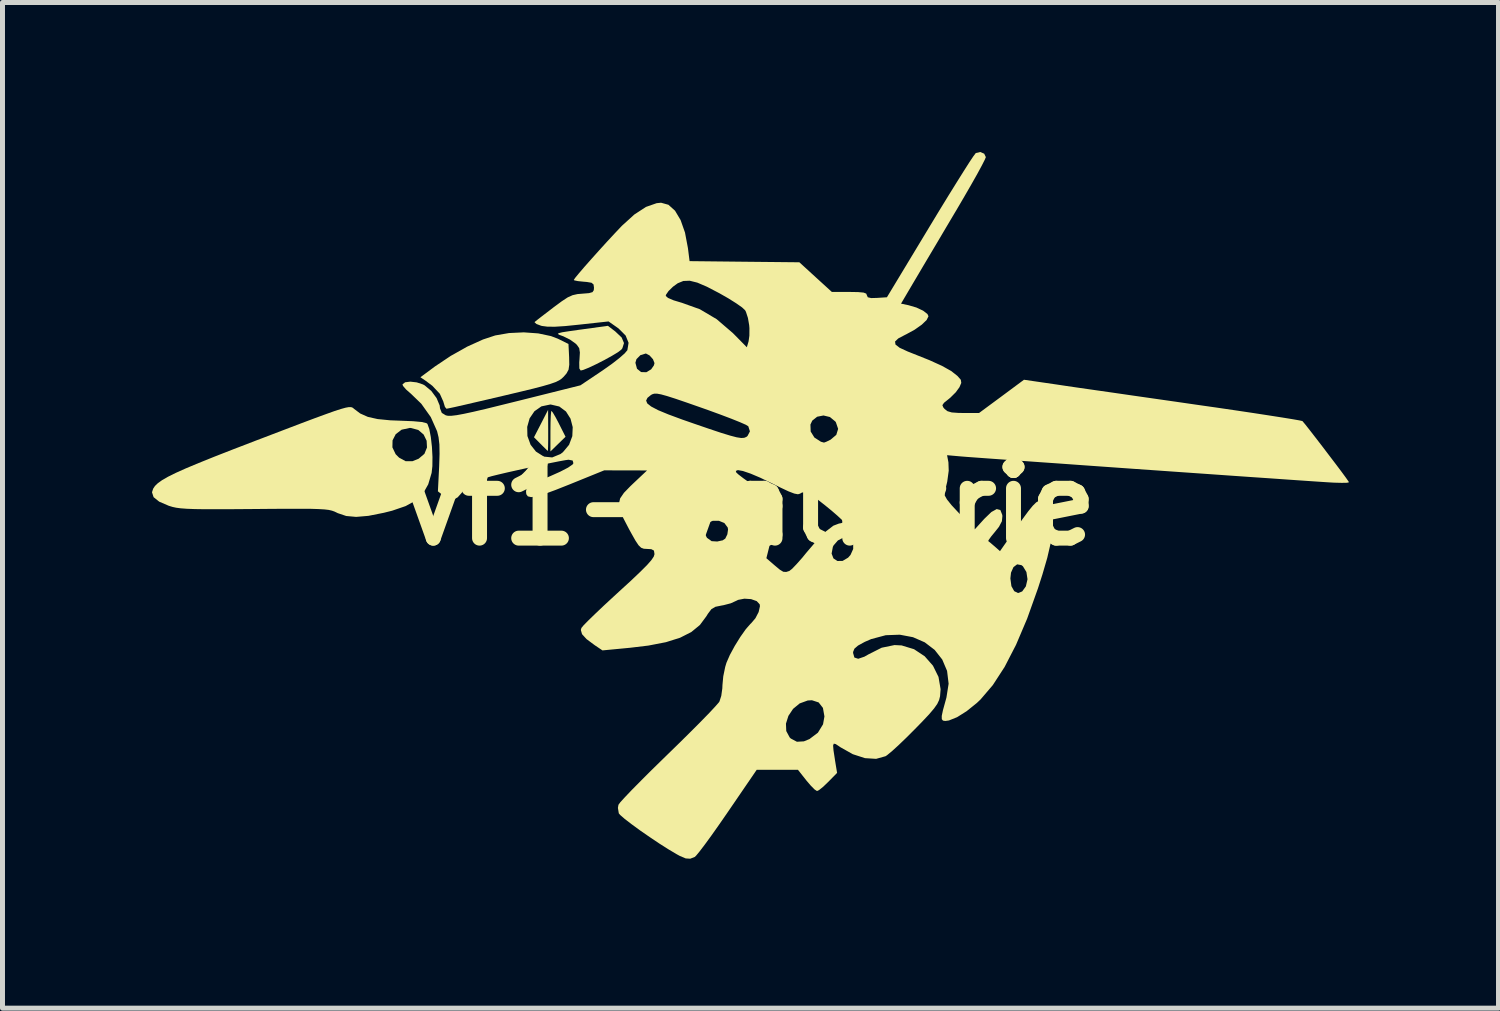
<source format=kicad_pcb>
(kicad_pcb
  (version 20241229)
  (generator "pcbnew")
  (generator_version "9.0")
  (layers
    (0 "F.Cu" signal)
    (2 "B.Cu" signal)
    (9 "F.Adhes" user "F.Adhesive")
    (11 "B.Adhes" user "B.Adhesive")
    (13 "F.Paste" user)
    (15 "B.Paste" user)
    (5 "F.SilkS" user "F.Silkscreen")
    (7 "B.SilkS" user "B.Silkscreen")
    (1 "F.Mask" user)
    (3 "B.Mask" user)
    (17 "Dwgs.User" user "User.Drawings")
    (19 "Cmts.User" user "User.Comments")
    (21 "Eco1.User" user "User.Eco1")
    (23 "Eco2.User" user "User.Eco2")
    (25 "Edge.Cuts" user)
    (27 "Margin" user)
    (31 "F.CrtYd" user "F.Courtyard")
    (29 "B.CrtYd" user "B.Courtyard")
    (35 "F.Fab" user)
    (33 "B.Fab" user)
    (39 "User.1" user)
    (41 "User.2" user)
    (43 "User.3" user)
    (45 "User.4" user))
  (footprint "vf1-valkyrie"
    (layer "F.Cu")
    (at 12.001 7.07)
    (property "Reference" "vf1-valkyrie" (at 0 0 0) (layer "F.SilkS") (effects (font (size 1.5 1.5) (thickness 0.3))))
    (attr board_only exclude_from_pos_files exclude_from_bom)
    (fp_poly (pts (xy -4.051 -1.481) (xy -4.051 -1.305) (xy -4.053 -1.168) (xy -4.056 -1.086) (xy -4.059 -1.071) (xy -4.093 -1.103) (xy -4.165 -1.174) (xy -4.203 -1.212) (xy -4.336 -1.346) (xy -4.194 -1.621) (xy -4.053 -1.896)) (stroke (width 0) (type solid)) (fill yes) (layer "F.SilkS"))
    (fp_poly (pts (xy -3.957 -1.84) (xy -3.903 -1.748) (xy -3.835 -1.619) (xy -3.834 -1.616) (xy -3.703 -1.356) (xy -3.854 -1.209) (xy -4.006 -1.061) (xy -4.006 -1.468) (xy -4.004 -1.643) (xy -3.999 -1.78) (xy -3.991 -1.861) (xy -3.985 -1.875)) (stroke (width 0) (type solid)) (fill yes) (layer "F.SilkS"))
    (fp_poly (pts (xy -2.707 -3.471) (xy -2.577 -3.348) (xy -2.53 -3.236) (xy -2.563 -3.131) (xy -2.584 -3.104) (xy -2.652 -3.052) (xy -2.773 -2.979) (xy -2.925 -2.895) (xy -3.086 -2.813) (xy -3.234 -2.743) (xy -3.348 -2.697) (xy -3.399 -2.685) (xy -3.426 -2.726) (xy -3.428 -2.847) (xy -3.423 -2.909) (xy -3.415 -3.047) (xy -3.429 -3.134) (xy -3.476 -3.201) (xy -3.503 -3.227) (xy -3.614 -3.306) (xy -3.75 -3.373) (xy -3.766 -3.378) (xy -3.83 -3.402) (xy -3.857 -3.42) (xy -3.84 -3.435) (xy -3.768 -3.453) (xy -3.632 -3.474) (xy -3.422 -3.504) (xy -3.39 -3.508) (xy -2.853 -3.582)) (stroke (width 0) (type solid)) (fill yes) (layer "F.SilkS"))
    (fp_poly (pts (xy -4.25 -3.43) (xy -3.995 -3.376) (xy -3.856 -3.323) (xy -3.644 -3.218) (xy -3.631 -2.954) (xy -3.628 -2.802) (xy -3.642 -2.703) (xy -3.683 -2.627) (xy -3.738 -2.563) (xy -3.78 -2.523) (xy -3.831 -2.488) (xy -3.903 -2.453) (xy -4.006 -2.417) (xy -4.149 -2.375) (xy -4.343 -2.324) (xy -4.599 -2.262) (xy -4.927 -2.184) (xy -4.957 -2.177) (xy -5.251 -2.108) (xy -5.519 -2.046) (xy -5.748 -1.993) (xy -5.927 -1.952) (xy -6.046 -1.927) (xy -6.092 -1.918) (xy -6.123 -1.955) (xy -6.151 -2.046) (xy -6.154 -2.059) (xy -6.225 -2.218) (xy -6.376 -2.379) (xy -6.515 -2.483) (xy -6.615 -2.55) (xy -6.323 -2.767) (xy -6.006 -2.979) (xy -5.677 -3.164) (xy -5.359 -3.308) (xy -5.114 -3.389) (xy -4.837 -3.437) (xy -4.54 -3.451)) (stroke (width 0) (type solid)) (fill yes) (layer "F.SilkS"))
    (fp_poly (pts (xy -8.008 -1.951) (xy -7.978 -1.941) (xy -7.955 -1.924) (xy -7.948 -1.917) (xy -7.823 -1.823) (xy -7.67 -1.755) (xy -7.474 -1.711) (xy -7.22 -1.686) (xy -7.014 -1.678) (xy -6.761 -1.668) (xy -6.588 -1.652) (xy -6.494 -1.629) (xy -6.474 -1.614) (xy -6.437 -1.511) (xy -6.406 -1.349) (xy -6.384 -1.154) (xy -6.373 -0.951) (xy -6.375 -0.766) (xy -6.39 -0.631) (xy -6.458 -0.402) (xy -6.56 -0.22) (xy -6.707 -0.078) (xy -6.911 0.035) (xy -7.183 0.128) (xy -7.351 0.17) (xy -7.658 0.231) (xy -7.904 0.252) (xy -8.104 0.234) (xy -8.273 0.177) (xy -8.291 0.168) (xy -8.339 0.145) (xy -8.39 0.127) (xy -8.454 0.112) (xy -8.54 0.102) (xy -8.657 0.095) (xy -8.814 0.09) (xy -9.022 0.089) (xy -9.288 0.089) (xy -9.623 0.091) (xy -9.951 0.094) (xy -10.354 0.097) (xy -10.68 0.098) (xy -10.941 0.098) (xy -11.145 0.095) (xy -11.302 0.089) (xy -11.423 0.08) (xy -11.515 0.068) (xy -11.589 0.052) (xy -11.655 0.032) (xy -11.662 0.03) (xy -11.857 -0.054) (xy -11.969 -0.144) (xy -12.001 -0.242) (xy -11.978 -0.314) (xy -11.941 -0.369) (xy -11.883 -0.425) (xy -11.799 -0.485) (xy -11.681 -0.553) (xy -11.524 -0.631) (xy -11.321 -0.722) (xy -11.065 -0.829) (xy -10.75 -0.956) (xy -10.369 -1.105) (xy -10.27 -1.143) (xy -7.177 -1.143) (xy -7.112 -1.006) (xy -7.043 -0.937) (xy -6.911 -0.865) (xy -6.775 -0.865) (xy -6.651 -0.915) (xy -6.535 -1.013) (xy -6.483 -1.141) (xy -6.49 -1.276) (xy -6.55 -1.4) (xy -6.657 -1.492) (xy -6.805 -1.532) (xy -6.828 -1.533) (xy -6.992 -1.498) (xy -7.11 -1.408) (xy -7.174 -1.284) (xy -7.177 -1.143) (xy -10.27 -1.143) (xy -9.917 -1.279) (xy -9.785 -1.329) (xy -9.366 -1.489) (xy -9.02 -1.621) (xy -8.738 -1.727) (xy -8.514 -1.809) (xy -8.341 -1.871) (xy -8.211 -1.913) (xy -8.117 -1.939) (xy -8.052 -1.951)) (stroke (width 0) (type solid)) (fill yes) (layer "F.SilkS"))
    (fp_poly (pts (xy 4.698 -7.036) (xy 4.731 -6.967) (xy 4.709 -6.914) (xy 4.65 -6.798) (xy 4.558 -6.628) (xy 4.438 -6.416) (xy 4.296 -6.17) (xy 4.138 -5.9) (xy 4.106 -5.847) (xy 3.931 -5.552) (xy 3.759 -5.261) (xy 3.596 -4.987) (xy 3.452 -4.744) (xy 3.335 -4.546) (xy 3.255 -4.411) (xy 3.029 -4.027) (xy 3.178 -3.996) (xy 3.338 -3.949) (xy 3.472 -3.886) (xy 3.559 -3.819) (xy 3.58 -3.774) (xy 3.543 -3.699) (xy 3.445 -3.605) (xy 3.302 -3.504) (xy 3.13 -3.41) (xy 3.109 -3.4) (xy 2.974 -3.329) (xy 2.909 -3.267) (xy 2.918 -3.206) (xy 3.002 -3.141) (xy 3.165 -3.066) (xy 3.271 -3.024) (xy 3.599 -2.893) (xy 3.852 -2.778) (xy 4.036 -2.675) (xy 4.158 -2.579) (xy 4.162 -2.575) (xy 4.229 -2.499) (xy 4.238 -2.437) (xy 4.202 -2.351) (xy 4.127 -2.248) (xy 4.018 -2.14) (xy 3.984 -2.112) (xy 3.892 -2.038) (xy 3.859 -1.99) (xy 3.877 -1.945) (xy 3.903 -1.914) (xy 3.961 -1.869) (xy 4.047 -1.844) (xy 4.185 -1.834) (xy 4.286 -1.833) (xy 4.595 -1.833) (xy 5.046 -2.166) (xy 5.496 -2.5) (xy 6.168 -2.402) (xy 6.348 -2.375) (xy 6.601 -2.338) (xy 6.915 -2.293) (xy 7.278 -2.241) (xy 7.678 -2.183) (xy 8.104 -2.122) (xy 8.543 -2.059) (xy 8.95 -2) (xy 9.364 -1.941) (xy 9.752 -1.884) (xy 10.106 -1.831) (xy 10.418 -1.783) (xy 10.68 -1.742) (xy 10.883 -1.709) (xy 11.02 -1.685) (xy 11.082 -1.671) (xy 11.085 -1.669) (xy 11.143 -1.6) (xy 11.235 -1.483) (xy 11.352 -1.332) (xy 11.483 -1.162) (xy 11.619 -0.983) (xy 11.75 -0.811) (xy 11.865 -0.658) (xy 11.954 -0.537) (xy 12.007 -0.461) (xy 12.018 -0.443) (xy 11.979 -0.433) (xy 11.872 -0.431) (xy 11.716 -0.435) (xy 11.581 -0.443) (xy 11.383 -0.456) (xy 11.119 -0.474) (xy 10.799 -0.496) (xy 10.429 -0.522) (xy 10.018 -0.55) (xy 9.574 -0.581) (xy 9.105 -0.614) (xy 8.618 -0.648) (xy 8.12 -0.683) (xy 7.621 -0.718) (xy 7.128 -0.753) (xy 6.649 -0.787) (xy 6.191 -0.82) (xy 5.762 -0.85) (xy 5.371 -0.878) (xy 5.025 -0.903) (xy 4.732 -0.924) (xy 4.5 -0.941) (xy 4.336 -0.953) (xy 4.249 -0.96) (xy 4.246 -0.96) (xy 3.953 -0.986) (xy 3.98 -0.843) (xy 3.986 -0.675) (xy 3.956 -0.454) (xy 3.903 -0.234) (xy 3.906 -0.178) (xy 3.951 -0.098) (xy 4.043 0.017) (xy 4.192 0.177) (xy 4.193 0.177) (xy 4.507 0.504) (xy 4.7 0.291) (xy 4.842 0.154) (xy 4.949 0.095) (xy 5.022 0.114) (xy 5.06 0.211) (xy 5.063 0.235) (xy 5.053 0.339) (xy 4.995 0.45) (xy 4.919 0.546) (xy 4.837 0.646) (xy 4.787 0.716) (xy 4.779 0.737) (xy 4.818 0.768) (xy 4.894 0.833) (xy 4.905 0.842) (xy 5.015 0.939) (xy 5.306 0.523) (xy 5.464 0.3) (xy 5.583 0.138) (xy 5.672 0.029) (xy 5.741 -0.039) (xy 5.798 -0.073) (xy 5.851 -0.085) (xy 5.865 -0.085) (xy 5.935 -0.078) (xy 5.981 -0.043) (xy 6.014 0.037) (xy 6.046 0.181) (xy 6.05 0.203) (xy 6.069 0.375) (xy 6.062 0.57) (xy 6.027 0.799) (xy 5.963 1.075) (xy 5.866 1.408) (xy 5.777 1.685) (xy 5.56 2.293) (xy 5.337 2.818) (xy 5.108 3.262) (xy 4.871 3.627) (xy 4.625 3.915) (xy 4.55 3.986) (xy 4.345 4.151) (xy 4.154 4.271) (xy 3.99 4.337) (xy 3.918 4.347) (xy 3.871 4.34) (xy 3.847 4.311) (xy 3.846 4.246) (xy 3.87 4.132) (xy 3.919 3.954) (xy 3.94 3.878) (xy 3.984 3.599) (xy 3.953 3.342) (xy 3.856 3.114) (xy 3.704 2.921) (xy 3.505 2.769) (xy 3.269 2.666) (xy 3.005 2.616) (xy 2.723 2.626) (xy 2.43 2.704) (xy 2.301 2.76) (xy 2.166 2.834) (xy 2.094 2.896) (xy 2.068 2.96) (xy 2.067 2.983) (xy 2.093 3.074) (xy 2.17 3.099) (xy 2.294 3.057) (xy 2.373 3.012) (xy 2.641 2.877) (xy 2.898 2.824) (xy 3.041 2.831) (xy 3.29 2.907) (xy 3.503 3.048) (xy 3.67 3.238) (xy 3.781 3.463) (xy 3.823 3.709) (xy 3.812 3.851) (xy 3.793 3.927) (xy 3.756 4.005) (xy 3.692 4.096) (xy 3.592 4.214) (xy 3.446 4.369) (xy 3.308 4.51) (xy 3.137 4.681) (xy 2.979 4.833) (xy 2.845 4.955) (xy 2.75 5.033) (xy 2.719 5.054) (xy 2.529 5.107) (xy 2.306 5.093) (xy 2.062 5.014) (xy 1.813 4.874) (xy 1.787 4.856) (xy 1.719 4.811) (xy 1.68 4.802) (xy 1.666 4.84) (xy 1.674 4.937) (xy 1.7 5.105) (xy 1.704 5.134) (xy 1.746 5.389) (xy 1.567 5.571) (xy 1.465 5.669) (xy 1.382 5.735) (xy 1.343 5.753) (xy 1.295 5.722) (xy 1.215 5.641) (xy 1.129 5.54) (xy 0.961 5.327) (xy 0.547 5.327) (xy 0.133 5.327) (xy -0.451 6.181) (xy -0.617 6.421) (xy -0.771 6.639) (xy -0.905 6.823) (xy -1.013 6.965) (xy -1.085 7.052) (xy -1.111 7.076) (xy -1.201 7.111) (xy -1.292 7.105) (xy -1.412 7.054) (xy -1.472 7.021) (xy -1.634 6.925) (xy -1.82 6.807) (xy -2.015 6.676) (xy -2.206 6.544) (xy -2.377 6.419) (xy -2.516 6.312) (xy -2.606 6.234) (xy -2.634 6.201) (xy -2.652 6.091) (xy -2.641 6.028) (xy -2.603 5.977) (xy -2.511 5.876) (xy -2.373 5.731) (xy -2.196 5.552) (xy -1.989 5.345) (xy -1.758 5.119) (xy -1.641 5.005) (xy -1.4 4.77) (xy -1.178 4.55) (xy -1.028 4.4) (xy 0.72 4.4) (xy 0.726 4.549) (xy 0.794 4.676) (xy 0.817 4.699) (xy 0.94 4.764) (xy 1.08 4.756) (xy 1.192 4.71) (xy 1.361 4.582) (xy 1.464 4.414) (xy 1.492 4.256) (xy 1.462 4.085) (xy 1.376 3.975) (xy 1.241 3.931) (xy 1.157 3.936) (xy 0.995 3.995) (xy 0.863 4.104) (xy 0.769 4.245) (xy 0.72 4.4) (xy -1.028 4.4) (xy -0.981 4.352) (xy -0.818 4.185) (xy -0.698 4.056) (xy -0.627 3.975) (xy -0.614 3.955) (xy -0.578 3.843) (xy -0.557 3.693) (xy -0.554 3.624) (xy -0.538 3.452) (xy -0.499 3.262) (xy -0.474 3.179) (xy -0.406 3.023) (xy -0.308 2.842) (xy -0.196 2.661) (xy -0.085 2.504) (xy 0.009 2.397) (xy 0.02 2.388) (xy 0.107 2.286) (xy 0.172 2.161) (xy 0.198 2.045) (xy 0.193 2.006) (xy 0.133 1.942) (xy 0.02 1.902) (xy -0.114 1.893) (xy -0.239 1.917) (xy -0.282 1.938) (xy -0.388 1.986) (xy -0.53 2.023) (xy -0.574 2.031) (xy -0.696 2.056) (xy -0.776 2.103) (xy -0.847 2.197) (xy -0.877 2.246) (xy -1.007 2.421) (xy -1.18 2.563) (xy -1.405 2.677) (xy -1.688 2.766) (xy -2.04 2.834) (xy -2.407 2.878) (xy -2.962 2.931) (xy -3.118 2.826) (xy -3.282 2.704) (xy -3.372 2.605) (xy -3.396 2.521) (xy -3.384 2.48) (xy -3.342 2.429) (xy -3.247 2.332) (xy -3.107 2.196) (xy -2.932 2.03) (xy -2.733 1.846) (xy -2.632 1.753) (xy -2.387 1.529) (xy -2.343 1.487) (xy 5.223 1.487) (xy 5.244 1.642) (xy 5.3 1.742) (xy 5.377 1.78) (xy 5.46 1.748) (xy 5.534 1.646) (xy 5.567 1.503) (xy 5.545 1.358) (xy 5.475 1.243) (xy 5.445 1.22) (xy 5.359 1.204) (xy 5.285 1.26) (xy 5.236 1.37) (xy 5.223 1.487) (xy -2.343 1.487) (xy -2.202 1.353) (xy -2.068 1.219) (xy -1.981 1.12) (xy -1.933 1.049) (xy -1.918 1) (xy -1.918 0.999) (xy -1.929 0.928) (xy -1.981 0.9) (xy -2.065 0.895) (xy -2.133 0.891) (xy -2.186 0.871) (xy -2.238 0.821) (xy -2.3 0.728) (xy -2.384 0.579) (xy -2.39 0.568) (xy -0.919 0.568) (xy -0.865 0.672) (xy -0.771 0.739) (xy -0.657 0.746) (xy -0.646 0.743) (xy -0.568 0.726) (xy -0.552 0.724) (xy -0.498 0.688) (xy -0.456 0.602) (xy -0.442 0.504) (xy -0.449 0.465) (xy -0.516 0.375) (xy -0.626 0.33) (xy -0.75 0.331) (xy -0.857 0.377) (xy -0.911 0.45) (xy -0.919 0.568) (xy -2.39 0.568) (xy -2.427 0.501) (xy -2.541 0.282) (xy -2.611 0.118) (xy -2.633 -0.01) (xy -2.607 -0.12) (xy -2.531 -0.231) (xy -2.404 -0.362) (xy -2.355 -0.409) (xy -2.078 -0.67) (xy -0.286 -0.67) (xy -0.277 -0.639) (xy -0.231 -0.597) (xy -0.132 -0.521) (xy 0.002 -0.426) (xy 0.066 -0.382) (xy 0.213 -0.277) (xy 0.335 -0.18) (xy 0.411 -0.106) (xy 0.425 -0.088) (xy 0.456 0.027) (xy 0.467 0.2) (xy 0.459 0.408) (xy 0.433 0.627) (xy 0.398 0.798) (xy 0.327 1.081) (xy 0.49 1.222) (xy 0.597 1.311) (xy 0.666 1.353) (xy 0.725 1.357) (xy 0.788 1.337) (xy 0.843 1.294) (xy 0.935 1.198) (xy 1.051 1.067) (xy 1.115 0.988) (xy 1.636 0.988) (xy 1.673 1.085) (xy 1.753 1.137) (xy 1.857 1.135) (xy 1.967 1.07) (xy 2.015 1.016) (xy 2.069 0.896) (xy 2.069 0.777) (xy 2.018 0.688) (xy 1.982 0.666) (xy 1.875 0.666) (xy 1.762 0.725) (xy 1.675 0.825) (xy 1.661 0.854) (xy 1.636 0.988) (xy 1.115 0.988) (xy 1.135 0.964) (xy 1.341 0.723) (xy 1.522 0.543) (xy 1.672 0.428) (xy 1.788 0.384) (xy 1.798 0.384) (xy 1.861 0.369) (xy 1.873 0.352) (xy 1.84 0.309) (xy 1.755 0.23) (xy 1.636 0.127) (xy 1.5 0.016) (xy 1.363 -0.091) (xy 1.243 -0.18) (xy 1.158 -0.236) (xy 1.13 -0.249) (xy 1.04 -0.236) (xy 1.002 -0.214) (xy 0.961 -0.202) (xy 0.887 -0.216) (xy 0.77 -0.261) (xy 0.598 -0.342) (xy 0.435 -0.423) (xy 0.205 -0.534) (xy 0.009 -0.617) (xy -0.144 -0.669) (xy -0.245 -0.687) (xy -0.286 -0.67) (xy -2.078 -0.67) (xy -2.067 -0.68) (xy -2.497 -0.681) (xy -2.927 -0.682) (xy -3.617 -0.402) (xy -3.905 -0.288) (xy -4.125 -0.207) (xy -4.285 -0.16) (xy -4.393 -0.145) (xy -4.459 -0.16) (xy -4.49 -0.203) (xy -4.496 -0.255) (xy -4.488 -0.303) (xy -4.456 -0.347) (xy -4.387 -0.394) (xy -4.268 -0.453) (xy -4.086 -0.533) (xy -4.027 -0.558) (xy -3.81 -0.655) (xy -3.652 -0.737) (xy -3.562 -0.799) (xy -3.545 -0.825) (xy -3.56 -0.879) (xy -3.642 -0.895) (xy -3.644 -0.895) (xy -3.708 -0.886) (xy -3.835 -0.863) (xy -4.01 -0.828) (xy -4.217 -0.784) (xy -4.44 -0.736) (xy -4.663 -0.687) (xy -4.873 -0.64) (xy -5.051 -0.598) (xy -5.185 -0.565) (xy -5.256 -0.544) (xy -5.265 -0.54) (xy -5.312 -0.393) (xy -5.36 -0.312) (xy -5.419 -0.28) (xy -5.456 -0.277) (xy -5.543 -0.301) (xy -5.576 -0.375) (xy -5.61 -0.449) (xy -5.667 -0.457) (xy -5.719 -0.405) (xy -5.739 -0.341) (xy -5.783 -0.235) (xy -5.868 -0.14) (xy -5.963 -0.088) (xy -5.987 -0.085) (xy -6.055 -0.11) (xy -6.147 -0.169) (xy -6.152 -0.173) (xy -6.264 -0.261) (xy -6.239 -0.759) (xy -6.231 -1.011) (xy -6.234 -1.2) (xy -6.251 -1.346) (xy -6.28 -1.466) (xy -6.319 -1.554) (xy -4.472 -1.554) (xy -4.468 -1.371) (xy -4.404 -1.195) (xy -4.297 -1.059) (xy -4.138 -0.958) (xy -3.971 -0.941) (xy -3.805 -1.009) (xy -3.756 -1.046) (xy -3.632 -1.195) (xy -3.567 -1.368) (xy -3.559 -1.549) (xy -3.603 -1.719) (xy -3.694 -1.863) (xy -3.828 -1.963) (xy -4 -2.003) (xy -4.009 -2.003) (xy -4.187 -1.966) (xy -4.327 -1.868) (xy -4.424 -1.725) (xy -4.472 -1.554) (xy -6.319 -1.554) (xy -6.407 -1.751) (xy -6.597 -2.018) (xy -6.802 -2.216) (xy -6.902 -2.304) (xy -6.964 -2.376) (xy -6.975 -2.408) (xy -6.922 -2.449) (xy -6.817 -2.462) (xy -6.688 -2.447) (xy -6.565 -2.406) (xy -6.531 -2.388) (xy -6.397 -2.276) (xy -6.29 -2.131) (xy -6.229 -1.985) (xy -6.222 -1.927) (xy -6.186 -1.835) (xy -6.106 -1.786) (xy -6.06 -1.776) (xy -5.99 -1.777) (xy -5.889 -1.789) (xy -5.748 -1.815) (xy -5.557 -1.856) (xy -5.308 -1.914) (xy -4.992 -1.992) (xy -4.697 -2.065) (xy -4.628 -2.082) (xy -2.086 -2.082) (xy -2.063 -2.025) (xy -1.985 -1.963) (xy -1.846 -1.89) (xy -1.641 -1.805) (xy -1.363 -1.702) (xy -1.128 -1.62) (xy -0.819 -1.514) (xy -0.579 -1.434) (xy -0.399 -1.379) (xy -0.269 -1.345) (xy -0.178 -1.331) (xy -0.117 -1.335) (xy -0.074 -1.353) (xy -0.051 -1.372) (xy -0.003 -1.464) (xy -0.036 -1.567) (xy -0.084 -1.596) (xy -0.095 -1.601) (xy 1.211 -1.601) (xy 1.216 -1.461) (xy 1.291 -1.34) (xy 1.422 -1.256) (xy 1.483 -1.239) (xy 1.526 -1.254) (xy 1.611 -1.295) (xy 1.616 -1.298) (xy 1.73 -1.394) (xy 1.767 -1.514) (xy 1.722 -1.646) (xy 1.711 -1.662) (xy 1.602 -1.752) (xy 1.473 -1.783) (xy 1.346 -1.758) (xy 1.248 -1.68) (xy 1.211 -1.601) (xy -0.095 -1.601) (xy -0.202 -1.648) (xy -0.376 -1.718) (xy -0.595 -1.801) (xy -0.847 -1.893) (xy -0.98 -1.94) (xy -1.274 -2.043) (xy -1.5 -2.12) (xy -1.666 -2.173) (xy -1.785 -2.206) (xy -1.867 -2.221) (xy -1.923 -2.221) (xy -1.964 -2.208) (xy -1.989 -2.194) (xy -2.059 -2.137) (xy -2.086 -2.082) (xy -4.628 -2.082) (xy -3.404 -2.388) (xy -2.957 -2.688) (xy -2.78 -2.813) (xy -2.743 -2.841) (xy -2.301 -2.841) (xy -2.269 -2.721) (xy -2.187 -2.654) (xy -2.081 -2.651) (xy -1.985 -2.709) (xy -1.93 -2.788) (xy -1.918 -2.834) (xy -1.948 -2.911) (xy -2.017 -2.988) (xy -2.089 -3.026) (xy -2.094 -3.026) (xy -2.201 -2.993) (xy -2.28 -2.913) (xy -2.301 -2.841) (xy -2.743 -2.841) (xy -2.628 -2.931) (xy -2.517 -3.028) (xy -2.462 -3.093) (xy -2.462 -3.094) (xy -2.438 -3.241) (xy -2.497 -3.387) (xy -2.638 -3.528) (xy -2.667 -3.549) (xy -2.84 -3.67) (xy -3.435 -3.605) (xy -3.71 -3.577) (xy -3.915 -3.564) (xy -4.065 -3.565) (xy -4.173 -3.579) (xy -4.194 -3.584) (xy -4.287 -3.619) (xy -4.324 -3.652) (xy -4.32 -3.661) (xy -4.272 -3.7) (xy -4.173 -3.777) (xy -4.038 -3.88) (xy -3.942 -3.954) (xy -3.778 -4.075) (xy -3.659 -4.153) (xy -3.594 -4.182) (xy -1.692 -4.182) (xy -1.647 -4.142) (xy -1.535 -4.094) (xy -1.372 -4.045) (xy -1.371 -4.045) (xy -1.008 -3.915) (xy -0.67 -3.715) (xy -0.346 -3.437) (xy -0.32 -3.411) (xy -0.065 -3.152) (xy -0.03 -3.27) (xy -0.014 -3.385) (xy -0.013 -3.535) (xy -0.018 -3.596) (xy -0.043 -3.74) (xy -0.082 -3.86) (xy -0.1 -3.895) (xy -0.16 -3.951) (xy -0.278 -4.034) (xy -0.437 -4.134) (xy -0.616 -4.236) (xy -0.865 -4.366) (xy -1.059 -4.449) (xy -1.212 -4.487) (xy -1.339 -4.482) (xy -1.452 -4.436) (xy -1.547 -4.367) (xy -1.636 -4.28) (xy -1.687 -4.206) (xy -1.692 -4.182) (xy -3.594 -4.182) (xy -3.561 -4.197) (xy -3.463 -4.219) (xy -3.366 -4.227) (xy -3.232 -4.238) (xy -3.162 -4.258) (xy -3.136 -4.297) (xy -3.132 -4.347) (xy -3.141 -4.412) (xy -3.181 -4.446) (xy -3.275 -4.462) (xy -3.335 -4.467) (xy -3.453 -4.479) (xy -3.526 -4.494) (xy -3.537 -4.503) (xy -3.51 -4.544) (xy -3.435 -4.635) (xy -3.323 -4.766) (xy -3.184 -4.923) (xy -3.029 -5.096) (xy -2.869 -5.272) (xy -2.713 -5.44) (xy -2.573 -5.588) (xy -2.57 -5.591) (xy -2.322 -5.816) (xy -2.089 -5.968) (xy -1.875 -6.043) (xy -1.786 -6.052) (xy -1.638 -6.011) (xy -1.506 -5.892) (xy -1.394 -5.704) (xy -1.306 -5.454) (xy -1.248 -5.147) (xy -1.246 -5.134) (xy -1.214 -4.88) (xy -0.112 -4.868) (xy 0.989 -4.857) (xy 1.315 -4.559) (xy 1.641 -4.262) (xy 1.992 -4.262) (xy 2.169 -4.259) (xy 2.277 -4.249) (xy 2.33 -4.229) (xy 2.344 -4.196) (xy 2.344 -4.195) (xy 2.362 -4.155) (xy 2.429 -4.139) (xy 2.545 -4.142) (xy 2.746 -4.155) (xy 3.608 -5.583) (xy 3.8 -5.9) (xy 3.98 -6.194) (xy 4.144 -6.458) (xy 4.285 -6.683) (xy 4.399 -6.862) (xy 4.481 -6.985) (xy 4.526 -7.045) (xy 4.53 -7.049) (xy 4.619 -7.07)) (stroke (width 0) (type solid)) (fill yes) (layer "F.SilkS")))
  (gr_rect
    (start -3 -3)
    (end 27.019 17.18)
    (stroke (width 0.1) (type default))
    (fill no)
    (layer "Edge.Cuts")))
</source>
